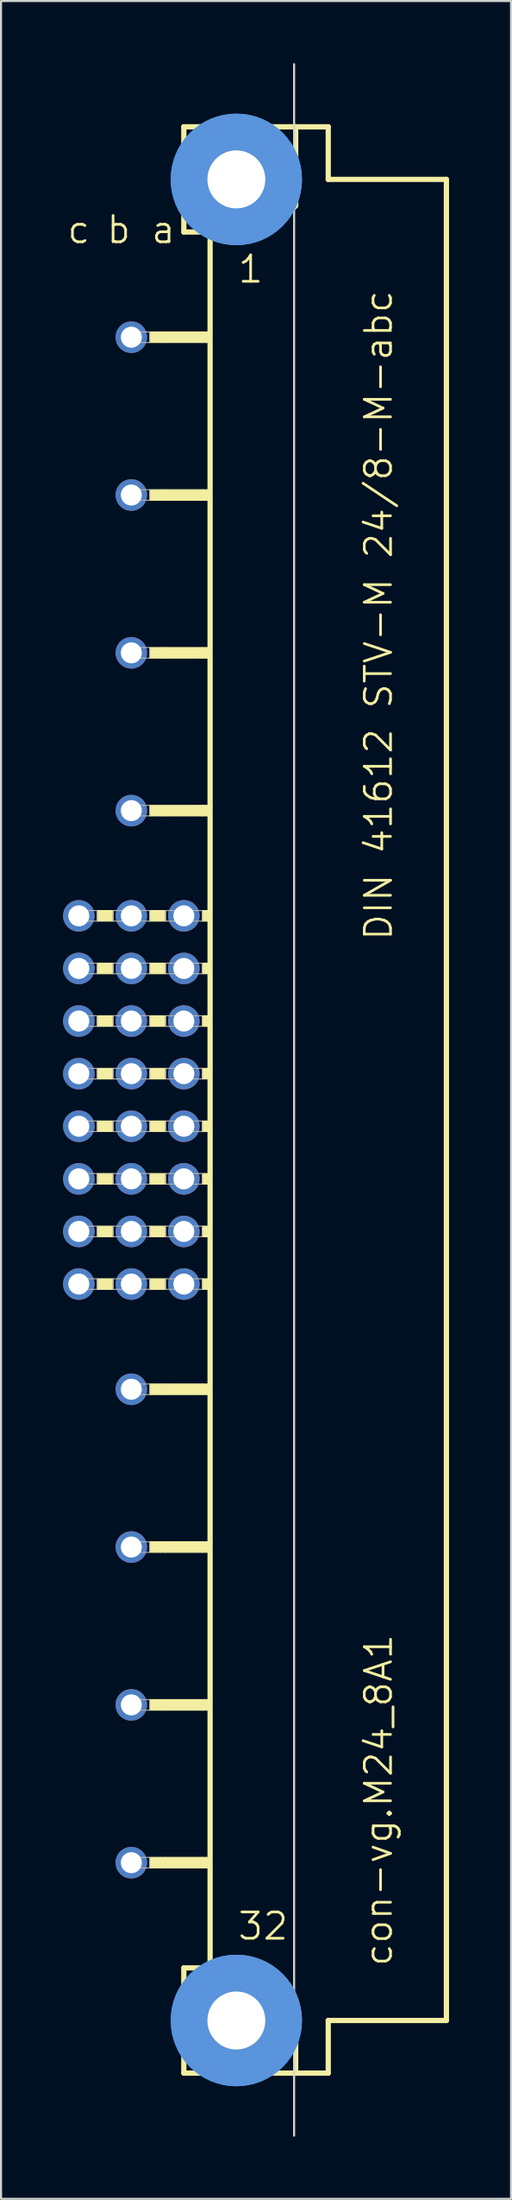
<source format=kicad_pcb>
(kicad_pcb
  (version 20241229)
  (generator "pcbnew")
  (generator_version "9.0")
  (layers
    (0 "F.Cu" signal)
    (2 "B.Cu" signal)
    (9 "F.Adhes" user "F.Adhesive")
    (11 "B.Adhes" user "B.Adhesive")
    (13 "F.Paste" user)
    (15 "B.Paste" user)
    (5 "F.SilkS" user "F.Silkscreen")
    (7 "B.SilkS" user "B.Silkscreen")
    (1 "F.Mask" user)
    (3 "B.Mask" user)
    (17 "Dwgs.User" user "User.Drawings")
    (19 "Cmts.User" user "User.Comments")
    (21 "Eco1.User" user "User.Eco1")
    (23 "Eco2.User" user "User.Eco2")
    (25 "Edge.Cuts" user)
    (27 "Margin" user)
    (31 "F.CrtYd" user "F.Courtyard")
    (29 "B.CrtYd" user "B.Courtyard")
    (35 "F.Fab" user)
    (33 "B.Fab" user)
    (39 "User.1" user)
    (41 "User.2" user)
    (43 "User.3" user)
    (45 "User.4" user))
  (footprint "con-vg.M24_8A1"
    (layer "F.Cu")
    (at 8.382 50.063)
    (property "Reference" "con-vg.M24_8A1" (at 7.62 41.91 90) (layer "F.SilkS") (effects (font (size 1.27 1.27) (thickness 0.13)) (justify left bottom)))
    (attr through_hole)
    (fp_line (start -2.54 -46.99) (end -2.54 -41.91) (stroke (width 0.254) (type default)) (layer "F.SilkS"))
    (fp_line (start -2.54 -41.91) (end -1.27 -41.91) (stroke (width 0.254) (type default)) (layer "F.SilkS"))
    (fp_line (start -2.54 41.91) (end -2.54 46.99) (stroke (width 0.254) (type default)) (layer "F.SilkS"))
    (fp_line (start -2.54 41.91) (end -1.27 41.91) (stroke (width 0.254) (type default)) (layer "F.SilkS"))
    (fp_line (start -2.54 46.99) (end 2.87 46.99) (stroke (width 0.254) (type default)) (layer "F.SilkS"))
    (fp_line (start -1.27 -41.91) (end -1.27 41.91) (stroke (width 0.254) (type default)) (layer "F.SilkS"))
    (fp_line (start -1.27 -41.91) (end 1.6 -41.91) (stroke (width 0.254) (type default)) (layer "F.SilkS"))
    (fp_line (start -1.27 41.91) (end 1.27 41.91) (stroke (width 0.254) (type default)) (layer "F.SilkS"))
    (fp_line (start 1.6 -41.91) (end 2.87 -43.18) (stroke (width 0.254) (type default)) (layer "F.SilkS"))
    (fp_line (start 2.87 -46.99) (end -2.54 -46.99) (stroke (width 0.254) (type default)) (layer "F.SilkS"))
    (fp_line (start 2.87 -43.18) (end 2.87 -46.99) (stroke (width 0.254) (type default)) (layer "F.SilkS"))
    (fp_line (start 2.87 43.51) (end 1.27 41.91) (stroke (width 0.254) (type default)) (layer "F.SilkS"))
    (fp_line (start 2.87 43.51) (end 2.87 46.99) (stroke (width 0.254) (type default)) (layer "F.SilkS"))
    (fp_line (start 2.87 46.99) (end 4.445 46.99) (stroke (width 0.254) (type default)) (layer "F.SilkS"))
    (fp_line (start 4.445 -46.99) (end 2.87 -46.99) (stroke (width 0.254) (type default)) (layer "F.SilkS"))
    (fp_line (start 4.445 -44.45) (end 4.445 -46.99) (stroke (width 0.254) (type default)) (layer "F.SilkS"))
    (fp_line (start 4.445 44.45) (end 10.16 44.45) (stroke (width 0.254) (type default)) (layer "F.SilkS"))
    (fp_line (start 4.445 46.99) (end 4.445 44.45) (stroke (width 0.254) (type default)) (layer "F.SilkS"))
    (fp_line (start 10.16 -44.45) (end 4.445 -44.45) (stroke (width 0.254) (type default)) (layer "F.SilkS"))
    (fp_line (start 10.16 44.45) (end 10.16 -44.45) (stroke (width 0.254) (type default)) (layer "F.SilkS"))
    (fp_rect (start -6.731 -8.636) (end -5.969 -9.144) (stroke (width 0.05) (type default)) (fill yes) (layer "F.SilkS"))
    (fp_rect (start -6.731 -6.096) (end -5.969 -6.604) (stroke (width 0.05) (type default)) (fill yes) (layer "F.SilkS"))
    (fp_rect (start -6.731 -3.556) (end -5.969 -4.064) (stroke (width 0.05) (type default)) (fill yes) (layer "F.SilkS"))
    (fp_rect (start -6.731 -1.016) (end -5.969 -1.524) (stroke (width 0.05) (type default)) (fill yes) (layer "F.SilkS"))
    (fp_rect (start -6.731 1.524) (end -5.969 1.016) (stroke (width 0.05) (type default)) (fill yes) (layer "F.SilkS"))
    (fp_rect (start -6.731 4.064) (end -5.969 3.556) (stroke (width 0.05) (type default)) (fill yes) (layer "F.SilkS"))
    (fp_rect (start -6.731 6.604) (end -5.969 6.096) (stroke (width 0.05) (type default)) (fill yes) (layer "F.SilkS"))
    (fp_rect (start -6.731 9.144) (end -5.969 8.636) (stroke (width 0.05) (type default)) (fill yes) (layer "F.SilkS"))
    (fp_rect (start -4.191 -36.576) (end -3.429 -37.084) (stroke (width 0.05) (type default)) (fill yes) (layer "F.SilkS"))
    (fp_rect (start -4.191 -28.956) (end -3.429 -29.464) (stroke (width 0.05) (type default)) (fill yes) (layer "F.SilkS"))
    (fp_rect (start -4.191 -21.336) (end -3.429 -21.844) (stroke (width 0.05) (type default)) (fill yes) (layer "F.SilkS"))
    (fp_rect (start -4.191 -13.716) (end -3.429 -14.224) (stroke (width 0.05) (type default)) (fill yes) (layer "F.SilkS"))
    (fp_rect (start -4.191 -8.636) (end -3.429 -9.144) (stroke (width 0.05) (type default)) (fill yes) (layer "F.SilkS"))
    (fp_rect (start -4.191 -6.096) (end -3.429 -6.604) (stroke (width 0.05) (type default)) (fill yes) (layer "F.SilkS"))
    (fp_rect (start -4.191 -3.556) (end -3.429 -4.064) (stroke (width 0.05) (type default)) (fill yes) (layer "F.SilkS"))
    (fp_rect (start -4.191 -1.016) (end -3.429 -1.524) (stroke (width 0.05) (type default)) (fill yes) (layer "F.SilkS"))
    (fp_rect (start -4.191 1.524) (end -3.429 1.016) (stroke (width 0.05) (type default)) (fill yes) (layer "F.SilkS"))
    (fp_rect (start -4.191 4.064) (end -3.429 3.556) (stroke (width 0.05) (type default)) (fill yes) (layer "F.SilkS"))
    (fp_rect (start -4.191 6.604) (end -3.429 6.096) (stroke (width 0.05) (type default)) (fill yes) (layer "F.SilkS"))
    (fp_rect (start -4.191 9.144) (end -3.429 8.636) (stroke (width 0.05) (type default)) (fill yes) (layer "F.SilkS"))
    (fp_rect (start -4.191 14.224) (end -3.429 13.716) (stroke (width 0.05) (type default)) (fill yes) (layer "F.SilkS"))
    (fp_rect (start -4.191 21.844) (end -3.429 21.336) (stroke (width 0.05) (type default)) (fill yes) (layer "F.SilkS"))
    (fp_rect (start -4.191 29.464) (end -3.429 28.956) (stroke (width 0.05) (type default)) (fill yes) (layer "F.SilkS"))
    (fp_rect (start -4.191 37.084) (end -3.429 36.576) (stroke (width 0.05) (type default)) (fill yes) (layer "F.SilkS"))
    (fp_rect (start -3.429 -36.576) (end -1.651 -37.084) (stroke (width 0.05) (type default)) (fill yes) (layer "F.SilkS"))
    (fp_rect (start -3.429 -28.956) (end -1.651 -29.464) (stroke (width 0.05) (type default)) (fill yes) (layer "F.SilkS"))
    (fp_rect (start -3.429 -21.336) (end -1.651 -21.844) (stroke (width 0.05) (type default)) (fill yes) (layer "F.SilkS"))
    (fp_rect (start -3.429 -13.716) (end -1.651 -14.224) (stroke (width 0.05) (type default)) (fill yes) (layer "F.SilkS"))
    (fp_rect (start -3.429 14.224) (end -1.651 13.716) (stroke (width 0.05) (type default)) (fill yes) (layer "F.SilkS"))
    (fp_rect (start -3.429 21.844) (end -1.651 21.336) (stroke (width 0.05) (type default)) (fill yes) (layer "F.SilkS"))
    (fp_rect (start -3.429 29.464) (end -1.651 28.956) (stroke (width 0.05) (type default)) (fill yes) (layer "F.SilkS"))
    (fp_rect (start -3.429 37.084) (end -1.651 36.576) (stroke (width 0.05) (type default)) (fill yes) (layer "F.SilkS"))
    (fp_rect (start -1.651 -36.576) (end -1.27 -37.084) (stroke (width 0.05) (type default)) (fill yes) (layer "F.SilkS"))
    (fp_rect (start -1.651 -28.956) (end -1.27 -29.464) (stroke (width 0.05) (type default)) (fill yes) (layer "F.SilkS"))
    (fp_rect (start -1.651 -21.336) (end -1.27 -21.844) (stroke (width 0.05) (type default)) (fill yes) (layer "F.SilkS"))
    (fp_rect (start -1.651 -13.716) (end -1.27 -14.224) (stroke (width 0.05) (type default)) (fill yes) (layer "F.SilkS"))
    (fp_rect (start -1.651 -8.636) (end -1.27 -9.144) (stroke (width 0.05) (type default)) (fill yes) (layer "F.SilkS"))
    (fp_rect (start -1.651 -6.096) (end -1.27 -6.604) (stroke (width 0.05) (type default)) (fill yes) (layer "F.SilkS"))
    (fp_rect (start -1.651 -3.556) (end -1.27 -4.064) (stroke (width 0.05) (type default)) (fill yes) (layer "F.SilkS"))
    (fp_rect (start -1.651 -1.016) (end -1.27 -1.524) (stroke (width 0.05) (type default)) (fill yes) (layer "F.SilkS"))
    (fp_rect (start -1.651 1.524) (end -1.27 1.016) (stroke (width 0.05) (type default)) (fill yes) (layer "F.SilkS"))
    (fp_rect (start -1.651 4.064) (end -1.27 3.556) (stroke (width 0.05) (type default)) (fill yes) (layer "F.SilkS"))
    (fp_rect (start -1.651 6.604) (end -1.27 6.096) (stroke (width 0.05) (type default)) (fill yes) (layer "F.SilkS"))
    (fp_rect (start -1.651 9.144) (end -1.27 8.636) (stroke (width 0.05) (type default)) (fill yes) (layer "F.SilkS"))
    (fp_rect (start -1.651 14.224) (end -1.27 13.716) (stroke (width 0.05) (type default)) (fill yes) (layer "F.SilkS"))
    (fp_rect (start -1.651 21.844) (end -1.27 21.336) (stroke (width 0.05) (type default)) (fill yes) (layer "F.SilkS"))
    (fp_rect (start -1.651 29.464) (end -1.27 28.956) (stroke (width 0.05) (type default)) (fill yes) (layer "F.SilkS"))
    (fp_rect (start -1.651 37.084) (end -1.27 36.576) (stroke (width 0.05) (type default)) (fill yes) (layer "F.SilkS"))
    (fp_circle (center 0 -44.45) (end 1.27 -44.45) (stroke (width 0.254) (type default)) (fill no) (layer "F.SilkS"))
    (fp_circle (center 0 44.45) (end 1.27 44.45) (stroke (width 0.254) (type default)) (fill no) (layer "F.SilkS"))
    (fp_circle (center 0 -44.45) (end 2.286 -44.45) (stroke (width 1.778) (type default)) (fill no) (layer "Cmts.User"))
    (fp_circle (center 0 -44.45) (end 2.286 -44.45) (stroke (width 1.778) (type default)) (fill no) (layer "Cmts.User"))
    (fp_circle (center 0 44.45) (end 2.286 44.45) (stroke (width 1.778) (type default)) (fill no) (layer "Cmts.User"))
    (fp_circle (center 0 44.45) (end 2.286 44.45) (stroke (width 1.778) (type default)) (fill no) (layer "Cmts.User"))
    (fp_line (start 2.794 50.013) (end 2.794 -50.013) (stroke (width 0.1) (type default)) (layer "Edge.Cuts"))
    (fp_rect (start -7.874 -8.636) (end -6.731 -9.144) (stroke (width 0.05) (type default)) (fill no) (layer "F.Fab"))
    (fp_rect (start -7.874 -6.096) (end -6.731 -6.604) (stroke (width 0.05) (type default)) (fill no) (layer "F.Fab"))
    (fp_rect (start -7.874 -3.556) (end -6.731 -4.064) (stroke (width 0.05) (type default)) (fill no) (layer "F.Fab"))
    (fp_rect (start -7.874 -1.016) (end -6.731 -1.524) (stroke (width 0.05) (type default)) (fill no) (layer "F.Fab"))
    (fp_rect (start -7.874 1.524) (end -6.731 1.016) (stroke (width 0.05) (type default)) (fill no) (layer "F.Fab"))
    (fp_rect (start -7.874 4.064) (end -6.731 3.556) (stroke (width 0.05) (type default)) (fill no) (layer "F.Fab"))
    (fp_rect (start -7.874 6.604) (end -6.731 6.096) (stroke (width 0.05) (type default)) (fill no) (layer "F.Fab"))
    (fp_rect (start -7.874 9.144) (end -6.731 8.636) (stroke (width 0.05) (type default)) (fill no) (layer "F.Fab"))
    (fp_rect (start -5.969 -8.636) (end -4.191 -9.144) (stroke (width 0.05) (type default)) (fill no) (layer "F.Fab"))
    (fp_rect (start -5.969 -6.096) (end -4.191 -6.604) (stroke (width 0.05) (type default)) (fill no) (layer "F.Fab"))
    (fp_rect (start -5.969 -3.556) (end -4.191 -4.064) (stroke (width 0.05) (type default)) (fill no) (layer "F.Fab"))
    (fp_rect (start -5.969 -1.016) (end -4.191 -1.524) (stroke (width 0.05) (type default)) (fill no) (layer "F.Fab"))
    (fp_rect (start -5.969 1.524) (end -4.191 1.016) (stroke (width 0.05) (type default)) (fill no) (layer "F.Fab"))
    (fp_rect (start -5.969 4.064) (end -4.191 3.556) (stroke (width 0.05) (type default)) (fill no) (layer "F.Fab"))
    (fp_rect (start -5.969 6.604) (end -4.191 6.096) (stroke (width 0.05) (type default)) (fill no) (layer "F.Fab"))
    (fp_rect (start -5.969 9.144) (end -4.191 8.636) (stroke (width 0.05) (type default)) (fill no) (layer "F.Fab"))
    (fp_rect (start -5.334 -36.576) (end -4.191 -37.084) (stroke (width 0.05) (type default)) (fill no) (layer "F.Fab"))
    (fp_rect (start -5.334 -28.956) (end -4.191 -29.464) (stroke (width 0.05) (type default)) (fill no) (layer "F.Fab"))
    (fp_rect (start -5.334 -21.336) (end -4.191 -21.844) (stroke (width 0.05) (type default)) (fill no) (layer "F.Fab"))
    (fp_rect (start -5.334 -13.716) (end -4.191 -14.224) (stroke (width 0.05) (type default)) (fill no) (layer "F.Fab"))
    (fp_rect (start -5.334 14.224) (end -4.191 13.716) (stroke (width 0.05) (type default)) (fill no) (layer "F.Fab"))
    (fp_rect (start -5.334 21.844) (end -4.191 21.336) (stroke (width 0.05) (type default)) (fill no) (layer "F.Fab"))
    (fp_rect (start -5.334 29.464) (end -4.191 28.956) (stroke (width 0.05) (type default)) (fill no) (layer "F.Fab"))
    (fp_rect (start -5.334 37.084) (end -4.191 36.576) (stroke (width 0.05) (type default)) (fill no) (layer "F.Fab"))
    (fp_rect (start -3.429 -8.636) (end -1.651 -9.144) (stroke (width 0.05) (type default)) (fill no) (layer "F.Fab"))
    (fp_rect (start -3.429 -6.096) (end -1.651 -6.604) (stroke (width 0.05) (type default)) (fill no) (layer "F.Fab"))
    (fp_rect (start -3.429 -3.556) (end -1.651 -4.064) (stroke (width 0.05) (type default)) (fill no) (layer "F.Fab"))
    (fp_rect (start -3.429 -1.016) (end -1.651 -1.524) (stroke (width 0.05) (type default)) (fill no) (layer "F.Fab"))
    (fp_rect (start -3.429 1.524) (end -1.651 1.016) (stroke (width 0.05) (type default)) (fill no) (layer "F.Fab"))
    (fp_rect (start -3.429 4.064) (end -1.651 3.556) (stroke (width 0.05) (type default)) (fill no) (layer "F.Fab"))
    (fp_rect (start -3.429 6.604) (end -1.651 6.096) (stroke (width 0.05) (type default)) (fill no) (layer "F.Fab"))
    (fp_rect (start -3.429 9.144) (end -1.651 8.636) (stroke (width 0.05) (type default)) (fill no) (layer "F.Fab"))
    (fp_text user "1" (at 0 -39.37 0) (layer "F.SilkS") (effects (font (size 1.27 1.27) (thickness 0.13)) (justify left bottom)))
    (fp_text user "DIN 41612 STV-M 24/8-M-abc" (at 7.62 -7.62 90) (layer "F.SilkS") (effects (font (size 1.27 1.27) (thickness 0.13)) (justify left bottom)))
    (fp_text user "a" (at -4.191 -41.275 0) (layer "F.SilkS") (effects (font (size 1.27 1.27) (thickness 0.13)) (justify left bottom)))
    (fp_text user "b" (at -6.35 -41.275 0) (layer "F.SilkS") (effects (font (size 1.27 1.27) (thickness 0.13)) (justify left bottom)))
    (fp_text user "c" (at -8.255 -41.275 0) (layer "F.SilkS") (effects (font (size 1.27 1.27) (thickness 0.13)) (justify left bottom)))
    (fp_text user "32" (at 0 40.64 0) (layer "F.SilkS") (effects (font (size 1.27 1.27) (thickness 0.13)) (justify left bottom)))
    (pad "" np_thru_hole circle (at 0 -44.45) (size 2.8 2.8) (drill 2.8) (layers "*.Cu" "*.Mask"))
    (pad "" np_thru_hole circle (at 0 44.45) (size 2.8 2.8) (drill 2.8) (layers "*.Cu" "*.Mask"))
    (pad "A13" thru_hole circle (at -2.54 -8.89) (size 1.524 1.524) (drill 1.016) (layers "*.Cu" "*.Mask"))
    (pad "A14" thru_hole circle (at -2.54 -6.35) (size 1.524 1.524) (drill 1.016) (layers "*.Cu" "*.Mask"))
    (pad "A15" thru_hole circle (at -2.54 -3.81) (size 1.524 1.524) (drill 1.016) (layers "*.Cu" "*.Mask"))
    (pad "A16" thru_hole circle (at -2.54 -1.27) (size 1.524 1.524) (drill 1.016) (layers "*.Cu" "*.Mask"))
    (pad "A17" thru_hole circle (at -2.54 1.27) (size 1.524 1.524) (drill 1.016) (layers "*.Cu" "*.Mask"))
    (pad "A18" thru_hole circle (at -2.54 3.81) (size 1.524 1.524) (drill 1.016) (layers "*.Cu" "*.Mask"))
    (pad "A19" thru_hole circle (at -2.54 6.35) (size 1.524 1.524) (drill 1.016) (layers "*.Cu" "*.Mask"))
    (pad "A20" thru_hole circle (at -2.54 8.89) (size 1.524 1.524) (drill 1.016) (layers "*.Cu" "*.Mask"))
    (pad "B2" thru_hole circle (at -5.08 -36.83) (size 1.524 1.524) (drill 1.016) (layers "*.Cu" "*.Mask"))
    (pad "B5" thru_hole circle (at -5.08 -29.21) (size 1.524 1.524) (drill 1.016) (layers "*.Cu" "*.Mask"))
    (pad "B8" thru_hole circle (at -5.08 -21.59) (size 1.524 1.524) (drill 1.016) (layers "*.Cu" "*.Mask"))
    (pad "B11" thru_hole circle (at -5.08 -13.97) (size 1.524 1.524) (drill 1.016) (layers "*.Cu" "*.Mask"))
    (pad "B13" thru_hole circle (at -5.08 -8.89) (size 1.524 1.524) (drill 1.016) (layers "*.Cu" "*.Mask"))
    (pad "B14" thru_hole circle (at -5.08 -6.35) (size 1.524 1.524) (drill 1.016) (layers "*.Cu" "*.Mask"))
    (pad "B15" thru_hole circle (at -5.08 -3.81) (size 1.524 1.524) (drill 1.016) (layers "*.Cu" "*.Mask"))
    (pad "B16" thru_hole circle (at -5.08 -1.27) (size 1.524 1.524) (drill 1.016) (layers "*.Cu" "*.Mask"))
    (pad "B17" thru_hole circle (at -5.08 1.27) (size 1.524 1.524) (drill 1.016) (layers "*.Cu" "*.Mask"))
    (pad "B18" thru_hole circle (at -5.08 3.81) (size 1.524 1.524) (drill 1.016) (layers "*.Cu" "*.Mask"))
    (pad "B19" thru_hole circle (at -5.08 6.35) (size 1.524 1.524) (drill 1.016) (layers "*.Cu" "*.Mask"))
    (pad "B20" thru_hole circle (at -5.08 8.89) (size 1.524 1.524) (drill 1.016) (layers "*.Cu" "*.Mask"))
    (pad "B22" thru_hole circle (at -5.08 13.97) (size 1.524 1.524) (drill 1.016) (layers "*.Cu" "*.Mask"))
    (pad "B25" thru_hole circle (at -5.08 21.59) (size 1.524 1.524) (drill 1.016) (layers "*.Cu" "*.Mask"))
    (pad "B28" thru_hole circle (at -5.08 29.21) (size 1.524 1.524) (drill 1.016) (layers "*.Cu" "*.Mask"))
    (pad "B31" thru_hole circle (at -5.08 36.83) (size 1.524 1.524) (drill 1.016) (layers "*.Cu" "*.Mask"))
    (pad "C13" thru_hole circle (at -7.62 -8.89) (size 1.524 1.524) (drill 1.016) (layers "*.Cu" "*.Mask"))
    (pad "C14" thru_hole circle (at -7.62 -6.35) (size 1.524 1.524) (drill 1.016) (layers "*.Cu" "*.Mask"))
    (pad "C15" thru_hole circle (at -7.62 -3.81) (size 1.524 1.524) (drill 1.016) (layers "*.Cu" "*.Mask"))
    (pad "C16" thru_hole circle (at -7.62 -1.27) (size 1.524 1.524) (drill 1.016) (layers "*.Cu" "*.Mask"))
    (pad "C17" thru_hole circle (at -7.62 1.27) (size 1.524 1.524) (drill 1.016) (layers "*.Cu" "*.Mask"))
    (pad "C18" thru_hole circle (at -7.62 3.81) (size 1.524 1.524) (drill 1.016) (layers "*.Cu" "*.Mask"))
    (pad "C19" thru_hole circle (at -7.62 6.35) (size 1.524 1.524) (drill 1.016) (layers "*.Cu" "*.Mask"))
    (pad "C20" thru_hole circle (at -7.62 8.89) (size 1.524 1.524) (drill 1.016) (layers "*.Cu" "*.Mask")))
  (gr_rect
    (start -3 -3)
    (end 21.669 103.125)
    (stroke (width 0.1) (type default))
    (fill no)
    (layer "Edge.Cuts")))
</source>
